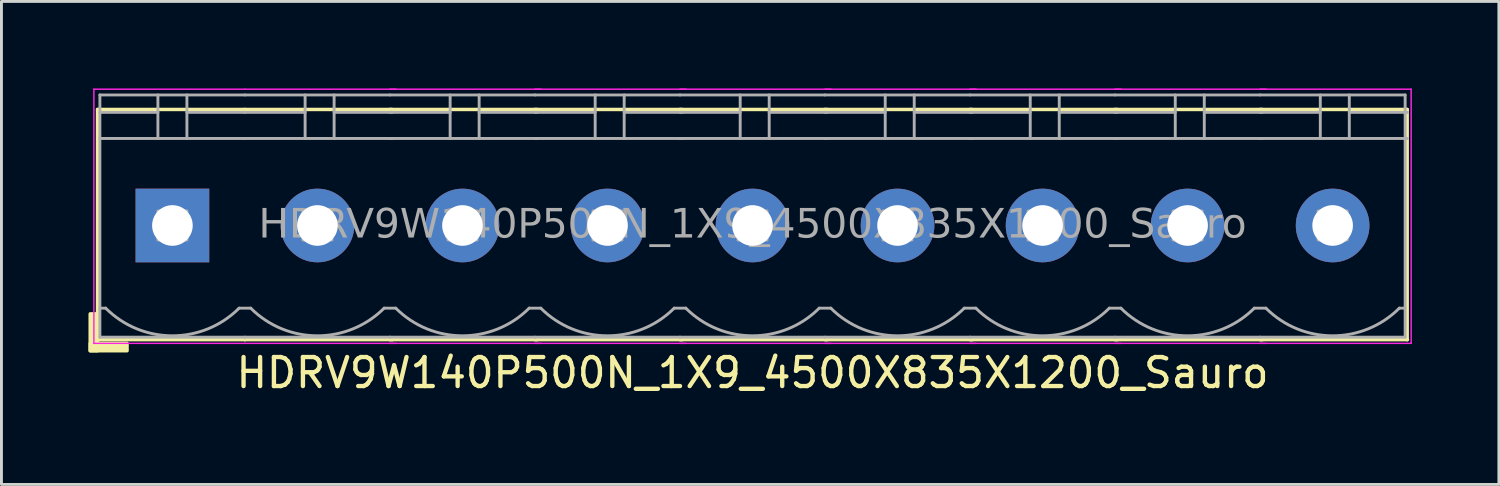
<source format=kicad_pcb>
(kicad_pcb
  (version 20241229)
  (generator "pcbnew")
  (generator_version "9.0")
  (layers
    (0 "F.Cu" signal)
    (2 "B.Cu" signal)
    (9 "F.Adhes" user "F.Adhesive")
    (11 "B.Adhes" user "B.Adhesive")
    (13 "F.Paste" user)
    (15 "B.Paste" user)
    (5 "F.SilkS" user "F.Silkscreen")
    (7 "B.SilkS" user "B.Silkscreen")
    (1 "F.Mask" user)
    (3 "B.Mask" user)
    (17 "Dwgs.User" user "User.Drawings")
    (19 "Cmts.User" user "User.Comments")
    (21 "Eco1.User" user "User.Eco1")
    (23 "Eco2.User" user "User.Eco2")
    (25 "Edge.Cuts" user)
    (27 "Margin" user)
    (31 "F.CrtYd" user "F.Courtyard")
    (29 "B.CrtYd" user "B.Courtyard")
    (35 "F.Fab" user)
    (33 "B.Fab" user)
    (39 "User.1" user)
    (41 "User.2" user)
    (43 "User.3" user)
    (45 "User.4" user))
  (footprint "HDRV9W140P500N_1X9_4500X835X1200_Sauro"
    (layer "F.Cu")
    (at 22.894 4.724)
    (property "Reference" "HDRV9W140P500N_1X9_4500X835X1200_Sauro" (at 0 5.08 0) (layer "F.SilkS") (effects (font (size 1 1) (thickness 0.15))))
    (attr through_hole)
    (fp_line (start -22.58 -4) (end -22.58 3.937) (stroke (width 0.12) (type solid)) (layer "F.SilkS"))
    (fp_line (start -22.58 3.937) (end -17.5 3.937) (stroke (width 0.12) (type solid)) (layer "F.SilkS"))
    (fp_line (start -17.505 -4) (end -22.58 -4) (stroke (width 0.12) (type solid)) (layer "F.SilkS"))
    (fp_line (start -17.5 3.937) (end -12.42 3.937) (stroke (width 0.12) (type solid)) (layer "F.SilkS"))
    (fp_line (start -12.5 3.937) (end -7.42 3.937) (stroke (width 0.12) (type solid)) (layer "F.SilkS"))
    (fp_line (start -12.43 -4) (end -17.505 -4) (stroke (width 0.12) (type solid)) (layer "F.SilkS"))
    (fp_line (start -7.5 3.937) (end -2.42 3.937) (stroke (width 0.12) (type solid)) (layer "F.SilkS"))
    (fp_line (start -7.43 -4) (end -12.505 -4) (stroke (width 0.12) (type solid)) (layer "F.SilkS"))
    (fp_line (start -2.5 3.937) (end 2.58 3.937) (stroke (width 0.12) (type solid)) (layer "F.SilkS"))
    (fp_line (start -2.43 -4) (end -7.505 -4) (stroke (width 0.12) (type solid)) (layer "F.SilkS"))
    (fp_line (start 2.5 3.937) (end 7.58 3.937) (stroke (width 0.12) (type solid)) (layer "F.SilkS"))
    (fp_line (start 2.57 -4) (end -2.505 -4) (stroke (width 0.12) (type solid)) (layer "F.SilkS"))
    (fp_line (start 7.5 3.937) (end 12.58 3.937) (stroke (width 0.12) (type solid)) (layer "F.SilkS"))
    (fp_line (start 7.57 -4) (end 2.495 -4) (stroke (width 0.12) (type solid)) (layer "F.SilkS"))
    (fp_line (start 12.5 3.937) (end 17.58 3.937) (stroke (width 0.12) (type solid)) (layer "F.SilkS"))
    (fp_line (start 12.57 -4) (end 7.495 -4) (stroke (width 0.12) (type solid)) (layer "F.SilkS"))
    (fp_line (start 17.5 3.937) (end 22.58 3.937) (stroke (width 0.12) (type solid)) (layer "F.SilkS"))
    (fp_line (start 17.57 -4) (end 12.495 -4) (stroke (width 0.12) (type solid)) (layer "F.SilkS"))
    (fp_line (start 22.57 -4) (end 17.495 -4) (stroke (width 0.12) (type solid)) (layer "F.SilkS"))
    (fp_line (start 22.57 -4) (end 22.57 3.937) (stroke (width 0.12) (type solid)) (layer "F.SilkS"))
    (fp_rect (start -22.58 3.048) (end -22.834 4.318) (stroke (width 0.12) (type solid)) (fill yes) (layer "F.SilkS"))
    (fp_rect (start -21.564 4.318) (end -22.834 4.064) (stroke (width 0.12) (type solid)) (fill yes) (layer "F.SilkS"))
    (fp_line (start -22.707 4.064) (end -22.707 -4.699) (stroke (width 0.05) (type solid)) (layer "F.CrtYd"))
    (fp_line (start -17.505 4.064) (end -22.707 4.064) (stroke (width 0.05) (type solid)) (layer "F.CrtYd"))
    (fp_line (start -17.5 -4.699) (end -22.707 -4.699) (stroke (width 0.05) (type solid)) (layer "F.CrtYd"))
    (fp_line (start -12.293 -4.699) (end -17.5 -4.699) (stroke (width 0.05) (type solid)) (layer "F.CrtYd"))
    (fp_line (start -12.293 4.064) (end -17.505 4.064) (stroke (width 0.05) (type solid)) (layer "F.CrtYd"))
    (fp_line (start -7.293 -4.699) (end -12.5 -4.699) (stroke (width 0.05) (type solid)) (layer "F.CrtYd"))
    (fp_line (start -7.293 4.064) (end -12.505 4.064) (stroke (width 0.05) (type solid)) (layer "F.CrtYd"))
    (fp_line (start -2.293 -4.699) (end -7.5 -4.699) (stroke (width 0.05) (type solid)) (layer "F.CrtYd"))
    (fp_line (start -2.293 4.064) (end -7.505 4.064) (stroke (width 0.05) (type solid)) (layer "F.CrtYd"))
    (fp_line (start 2.707 -4.699) (end -2.5 -4.699) (stroke (width 0.05) (type solid)) (layer "F.CrtYd"))
    (fp_line (start 2.707 4.064) (end -2.505 4.064) (stroke (width 0.05) (type solid)) (layer "F.CrtYd"))
    (fp_line (start 7.707 -4.699) (end 2.5 -4.699) (stroke (width 0.05) (type solid)) (layer "F.CrtYd"))
    (fp_line (start 7.707 4.064) (end 2.495 4.064) (stroke (width 0.05) (type solid)) (layer "F.CrtYd"))
    (fp_line (start 12.707 -4.699) (end 7.5 -4.699) (stroke (width 0.05) (type solid)) (layer "F.CrtYd"))
    (fp_line (start 12.707 4.064) (end 7.495 4.064) (stroke (width 0.05) (type solid)) (layer "F.CrtYd"))
    (fp_line (start 17.707 -4.699) (end 12.5 -4.699) (stroke (width 0.05) (type solid)) (layer "F.CrtYd"))
    (fp_line (start 17.707 4.064) (end 12.495 4.064) (stroke (width 0.05) (type solid)) (layer "F.CrtYd"))
    (fp_line (start 22.707 -4.699) (end 17.5 -4.699) (stroke (width 0.05) (type solid)) (layer "F.CrtYd"))
    (fp_line (start 22.707 -4.699) (end 22.707 4.064) (stroke (width 0.05) (type solid)) (layer "F.CrtYd"))
    (fp_line (start 22.707 4.064) (end 17.495 4.064) (stroke (width 0.05) (type solid)) (layer "F.CrtYd"))
    (fp_line (start -22.5 -4.5) (end -22.5 3.85) (stroke (width 0.1) (type solid)) (layer "F.Fab"))
    (fp_line (start -22.3 2.85) (end -22.5 2.85) (stroke (width 0.1) (type solid)) (layer "F.Fab"))
    (fp_line (start -20.5 -4.5) (end -20.5 -3) (stroke (width 0.1) (type default)) (layer "F.Fab"))
    (fp_line (start -20.5 -3.9) (end -22.5 -3.9) (stroke (width 0.1) (type solid)) (layer "F.Fab"))
    (fp_line (start -19.5 -4.5) (end -19.5 -3) (stroke (width 0.1) (type default)) (layer "F.Fab"))
    (fp_line (start -19.5 -3.9) (end -17.5 -3.9) (stroke (width 0.1) (type solid)) (layer "F.Fab"))
    (fp_line (start -17.7 2.85) (end -17.3 2.85) (stroke (width 0.1) (type solid)) (layer "F.Fab"))
    (fp_line (start -17.5 -4.5) (end -22.5 -4.5) (stroke (width 0.1) (type solid)) (layer "F.Fab"))
    (fp_line (start -17.5 -3) (end -22.5 -3) (stroke (width 0.1) (type solid)) (layer "F.Fab"))
    (fp_line (start -17.5 3.85) (end -22.5 3.85) (stroke (width 0.1) (type solid)) (layer "F.Fab"))
    (fp_line (start -17.5 3.85) (end -12.5 3.85) (stroke (width 0.1) (type solid)) (layer "F.Fab"))
    (fp_line (start -15.425 -4.5) (end -15.425 -3) (stroke (width 0.1) (type default)) (layer "F.Fab"))
    (fp_line (start -15.425 -3.9) (end -17.5 -3.9) (stroke (width 0.1) (type solid)) (layer "F.Fab"))
    (fp_line (start -14.425 -4.5) (end -14.425 -3) (stroke (width 0.1) (type default)) (layer "F.Fab"))
    (fp_line (start -14.425 -3.9) (end -12.425 -3.9) (stroke (width 0.1) (type solid)) (layer "F.Fab"))
    (fp_line (start -12.7 2.85) (end -12.3 2.85) (stroke (width 0.1) (type solid)) (layer "F.Fab"))
    (fp_line (start -12.5 -4.5) (end -17.5 -4.5) (stroke (width 0.1) (type solid)) (layer "F.Fab"))
    (fp_line (start -12.5 3.85) (end -7.5 3.85) (stroke (width 0.1) (type solid)) (layer "F.Fab"))
    (fp_line (start -12.425 -3) (end -17.5 -3) (stroke (width 0.1) (type solid)) (layer "F.Fab"))
    (fp_line (start -10.425 -4.5) (end -10.425 -3) (stroke (width 0.1) (type default)) (layer "F.Fab"))
    (fp_line (start -10.425 -3.9) (end -12.5 -3.9) (stroke (width 0.1) (type solid)) (layer "F.Fab"))
    (fp_line (start -9.425 -4.5) (end -9.425 -3) (stroke (width 0.1) (type default)) (layer "F.Fab"))
    (fp_line (start -9.425 -3.9) (end -7.425 -3.9) (stroke (width 0.1) (type solid)) (layer "F.Fab"))
    (fp_line (start -7.7 2.85) (end -7.3 2.85) (stroke (width 0.1) (type solid)) (layer "F.Fab"))
    (fp_line (start -7.5 -4.5) (end -12.5 -4.5) (stroke (width 0.1) (type solid)) (layer "F.Fab"))
    (fp_line (start -7.5 3.85) (end -2.5 3.85) (stroke (width 0.1) (type solid)) (layer "F.Fab"))
    (fp_line (start -7.425 -3) (end -12.5 -3) (stroke (width 0.1) (type solid)) (layer "F.Fab"))
    (fp_line (start -5.425 -4.5) (end -5.425 -3) (stroke (width 0.1) (type default)) (layer "F.Fab"))
    (fp_line (start -5.425 -3.9) (end -7.5 -3.9) (stroke (width 0.1) (type solid)) (layer "F.Fab"))
    (fp_line (start -4.425 -4.5) (end -4.425 -3) (stroke (width 0.1) (type default)) (layer "F.Fab"))
    (fp_line (start -4.425 -3.9) (end -2.425 -3.9) (stroke (width 0.1) (type solid)) (layer "F.Fab"))
    (fp_line (start -2.7 2.85) (end -2.3 2.85) (stroke (width 0.1) (type solid)) (layer "F.Fab"))
    (fp_line (start -2.5 -4.5) (end -7.5 -4.5) (stroke (width 0.1) (type solid)) (layer "F.Fab"))
    (fp_line (start -2.5 3.85) (end 2.5 3.85) (stroke (width 0.1) (type solid)) (layer "F.Fab"))
    (fp_line (start -2.425 -3) (end -7.5 -3) (stroke (width 0.1) (type solid)) (layer "F.Fab"))
    (fp_line (start -0.425 -4.5) (end -0.425 -3) (stroke (width 0.1) (type default)) (layer "F.Fab"))
    (fp_line (start -0.425 -3.9) (end -2.5 -3.9) (stroke (width 0.1) (type solid)) (layer "F.Fab"))
    (fp_line (start 0.575 -4.5) (end 0.575 -3) (stroke (width 0.1) (type default)) (layer "F.Fab"))
    (fp_line (start 0.575 -3.9) (end 2.575 -3.9) (stroke (width 0.1) (type solid)) (layer "F.Fab"))
    (fp_line (start 2.3 2.85) (end 2.7 2.85) (stroke (width 0.1) (type solid)) (layer "F.Fab"))
    (fp_line (start 2.5 -4.5) (end -2.5 -4.5) (stroke (width 0.1) (type solid)) (layer "F.Fab"))
    (fp_line (start 2.5 3.85) (end 7.5 3.85) (stroke (width 0.1) (type solid)) (layer "F.Fab"))
    (fp_line (start 2.575 -3) (end -2.5 -3) (stroke (width 0.1) (type solid)) (layer "F.Fab"))
    (fp_line (start 4.575 -4.5) (end 4.575 -3) (stroke (width 0.1) (type default)) (layer "F.Fab"))
    (fp_line (start 4.575 -3.9) (end 2.5 -3.9) (stroke (width 0.1) (type solid)) (layer "F.Fab"))
    (fp_line (start 5.575 -4.5) (end 5.575 -3) (stroke (width 0.1) (type default)) (layer "F.Fab"))
    (fp_line (start 5.575 -3.9) (end 7.575 -3.9) (stroke (width 0.1) (type solid)) (layer "F.Fab"))
    (fp_line (start 7.3 2.85) (end 7.7 2.85) (stroke (width 0.1) (type solid)) (layer "F.Fab"))
    (fp_line (start 7.5 -4.5) (end 2.5 -4.5) (stroke (width 0.1) (type solid)) (layer "F.Fab"))
    (fp_line (start 7.5 3.85) (end 12.5 3.85) (stroke (width 0.1) (type solid)) (layer "F.Fab"))
    (fp_line (start 7.575 -3) (end 2.5 -3) (stroke (width 0.1) (type solid)) (layer "F.Fab"))
    (fp_line (start 9.575 -4.5) (end 9.575 -3) (stroke (width 0.1) (type default)) (layer "F.Fab"))
    (fp_line (start 9.575 -3.9) (end 7.5 -3.9) (stroke (width 0.1) (type solid)) (layer "F.Fab"))
    (fp_line (start 10.575 -4.5) (end 10.575 -3) (stroke (width 0.1) (type default)) (layer "F.Fab"))
    (fp_line (start 10.575 -3.9) (end 12.575 -3.9) (stroke (width 0.1) (type solid)) (layer "F.Fab"))
    (fp_line (start 12.3 2.85) (end 12.7 2.85) (stroke (width 0.1) (type solid)) (layer "F.Fab"))
    (fp_line (start 12.5 -4.5) (end 7.5 -4.5) (stroke (width 0.1) (type solid)) (layer "F.Fab"))
    (fp_line (start 12.5 3.85) (end 17.5 3.85) (stroke (width 0.1) (type solid)) (layer "F.Fab"))
    (fp_line (start 12.575 -3) (end 7.5 -3) (stroke (width 0.1) (type solid)) (layer "F.Fab"))
    (fp_line (start 14.575 -4.5) (end 14.575 -3) (stroke (width 0.1) (type default)) (layer "F.Fab"))
    (fp_line (start 14.575 -3.9) (end 12.5 -3.9) (stroke (width 0.1) (type solid)) (layer "F.Fab"))
    (fp_line (start 15.575 -4.5) (end 15.575 -3) (stroke (width 0.1) (type default)) (layer "F.Fab"))
    (fp_line (start 15.575 -3.9) (end 17.575 -3.9) (stroke (width 0.1) (type solid)) (layer "F.Fab"))
    (fp_line (start 17.3 2.85) (end 17.7 2.85) (stroke (width 0.1) (type solid)) (layer "F.Fab"))
    (fp_line (start 17.5 -4.5) (end 12.5 -4.5) (stroke (width 0.1) (type solid)) (layer "F.Fab"))
    (fp_line (start 17.5 3.85) (end 22.5 3.85) (stroke (width 0.1) (type solid)) (layer "F.Fab"))
    (fp_line (start 17.575 -3) (end 12.5 -3) (stroke (width 0.1) (type solid)) (layer "F.Fab"))
    (fp_line (start 19.575 -4.5) (end 19.575 -3) (stroke (width 0.1) (type default)) (layer "F.Fab"))
    (fp_line (start 19.575 -3.9) (end 17.5 -3.9) (stroke (width 0.1) (type solid)) (layer "F.Fab"))
    (fp_line (start 20.575 -4.5) (end 20.575 -3) (stroke (width 0.1) (type default)) (layer "F.Fab"))
    (fp_line (start 20.575 -3.9) (end 22.575 -3.9) (stroke (width 0.1) (type solid)) (layer "F.Fab"))
    (fp_line (start 22.5 -4.5) (end 17.5 -4.5) (stroke (width 0.1) (type solid)) (layer "F.Fab"))
    (fp_line (start 22.5 -4.5) (end 22.5 3.85) (stroke (width 0.1) (type solid)) (layer "F.Fab"))
    (fp_line (start 22.5 2.85) (end 22.3 2.85) (stroke (width 0.1) (type solid)) (layer "F.Fab"))
    (fp_line (start 22.575 -3) (end 17.5 -3) (stroke (width 0.1) (type solid)) (layer "F.Fab"))
    (fp_rect (start -20.5 -0.5) (end -19.5 0.5) (stroke (width 0.1) (type solid)) (fill no) (layer "F.Fab"))
    (fp_rect (start -15.5 -0.5) (end -14.5 0.5) (stroke (width 0.1) (type solid)) (fill no) (layer "F.Fab"))
    (fp_rect (start -10.5 -0.5) (end -9.5 0.5) (stroke (width 0.1) (type solid)) (fill no) (layer "F.Fab"))
    (fp_rect (start -5.5 -0.5) (end -4.5 0.5) (stroke (width 0.1) (type solid)) (fill no) (layer "F.Fab"))
    (fp_rect (start -0.5 -0.5) (end 0.5 0.5) (stroke (width 0.1) (type solid)) (fill no) (layer "F.Fab"))
    (fp_rect (start 4.5 -0.5) (end 5.5 0.5) (stroke (width 0.1) (type solid)) (fill no) (layer "F.Fab"))
    (fp_rect (start 9.5 -0.5) (end 10.5 0.5) (stroke (width 0.1) (type solid)) (fill no) (layer "F.Fab"))
    (fp_rect (start 14.5 -0.5) (end 15.5 0.5) (stroke (width 0.1) (type solid)) (fill no) (layer "F.Fab"))
    (fp_rect (start 19.5 -0.5) (end 20.5 0.5) (stroke (width 0.1) (type solid)) (fill no) (layer "F.Fab"))
    (fp_arc (start -17.7 2.85) (mid -20 3.802691) (end -22.3 2.85) (stroke (width 0.1) (type default)) (layer "F.Fab"))
    (fp_arc (start -12.7 2.85) (mid -15 3.802691) (end -17.3 2.85) (stroke (width 0.1) (type default)) (layer "F.Fab"))
    (fp_arc (start -7.7 2.85) (mid -10 3.802691) (end -12.3 2.85) (stroke (width 0.1) (type default)) (layer "F.Fab"))
    (fp_arc (start -2.7 2.85) (mid -5 3.802691) (end -7.3 2.85) (stroke (width 0.1) (type default)) (layer "F.Fab"))
    (fp_arc (start 2.3 2.85) (mid 0 3.802691) (end -2.3 2.85) (stroke (width 0.1) (type default)) (layer "F.Fab"))
    (fp_arc (start 7.3 2.85) (mid 5 3.802691) (end 2.7 2.85) (stroke (width 0.1) (type default)) (layer "F.Fab"))
    (fp_arc (start 12.3 2.85) (mid 10 3.802691) (end 7.7 2.85) (stroke (width 0.1) (type default)) (layer "F.Fab"))
    (fp_arc (start 17.3 2.85) (mid 15 3.802691) (end 12.7 2.85) (stroke (width 0.1) (type default)) (layer "F.Fab"))
    (fp_arc (start 22.3 2.85) (mid 20 3.802691) (end 17.7 2.85) (stroke (width 0.1) (type default)) (layer "F.Fab"))
    (fp_text user "${REFERENCE}" (at 0 0 0) (layer "F.Fab") (effects (font (face "Tahoma") (size 1 1) (thickness 0.15))))
    (pad "1" thru_hole rect (at -20 0) (size 2.54 2.54) (drill 1.4) (layers "*.Cu" "*.Mask"))
    (pad "2" thru_hole circle (at -15 0) (size 2.54 2.54) (drill 1.4) (layers "*.Cu" "*.Mask"))
    (pad "3" thru_hole circle (at -10 0) (size 2.54 2.54) (drill 1.4) (layers "*.Cu" "*.Mask"))
    (pad "4" thru_hole circle (at -5 0) (size 2.54 2.54) (drill 1.4) (layers "*.Cu" "*.Mask"))
    (pad "5" thru_hole circle (at 0 0) (size 2.54 2.54) (drill 1.4) (layers "*.Cu" "*.Mask"))
    (pad "6" thru_hole circle (at 5 0) (size 2.54 2.54) (drill 1.4) (layers "*.Cu" "*.Mask"))
    (pad "7" thru_hole circle (at 10 0) (size 2.54 2.54) (drill 1.4) (layers "*.Cu" "*.Mask"))
    (pad "8" thru_hole circle (at 15 0) (size 2.54 2.54) (drill 1.4) (layers "*.Cu" "*.Mask"))
    (pad "9" thru_hole circle (at 20 0) (size 2.54 2.54) (drill 1.4) (layers "*.Cu" "*.Mask")))
  (gr_rect
    (start -3 -3)
    (end 48.626 13.652)
    (stroke (width 0.1) (type default))
    (fill no)
    (layer "Edge.Cuts")))
</source>
